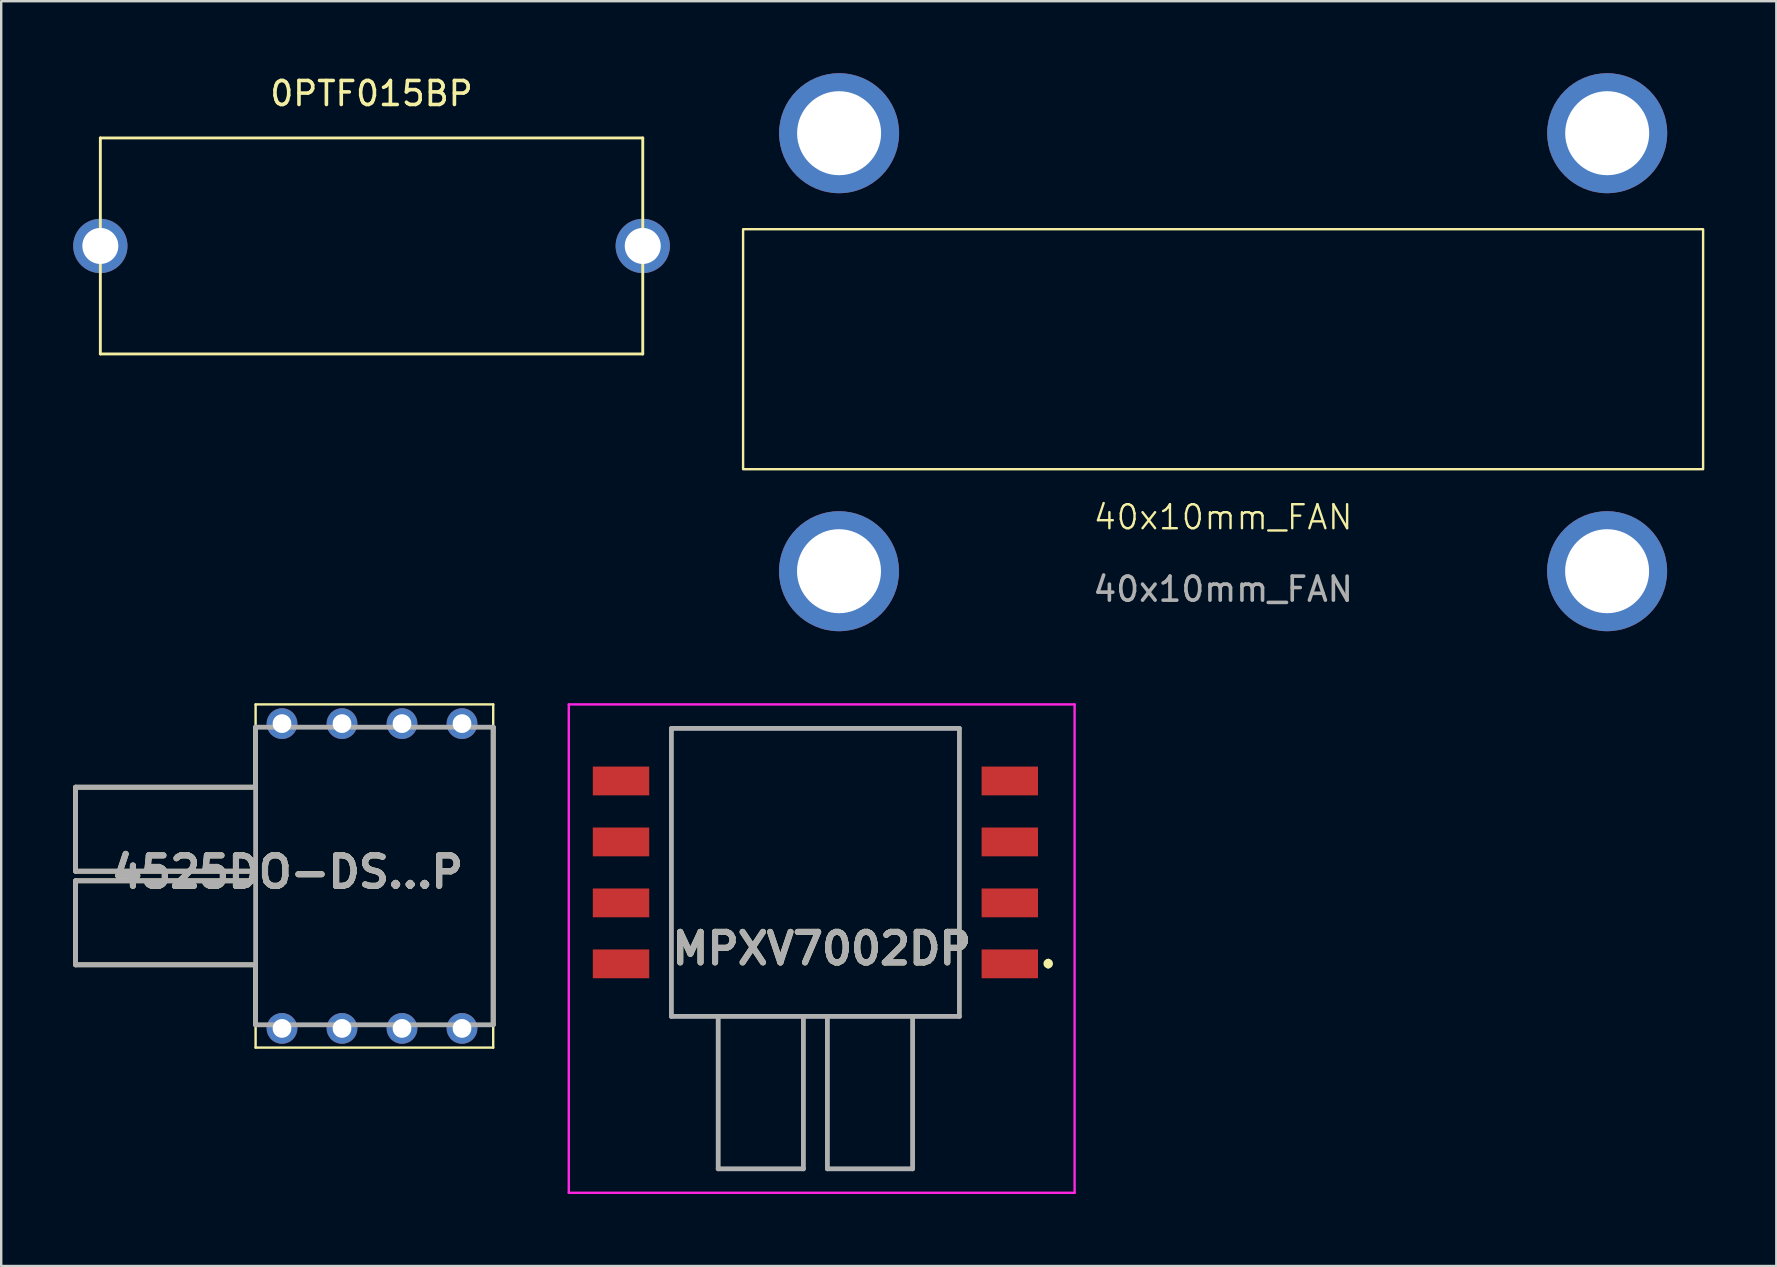
<source format=kicad_pcb>
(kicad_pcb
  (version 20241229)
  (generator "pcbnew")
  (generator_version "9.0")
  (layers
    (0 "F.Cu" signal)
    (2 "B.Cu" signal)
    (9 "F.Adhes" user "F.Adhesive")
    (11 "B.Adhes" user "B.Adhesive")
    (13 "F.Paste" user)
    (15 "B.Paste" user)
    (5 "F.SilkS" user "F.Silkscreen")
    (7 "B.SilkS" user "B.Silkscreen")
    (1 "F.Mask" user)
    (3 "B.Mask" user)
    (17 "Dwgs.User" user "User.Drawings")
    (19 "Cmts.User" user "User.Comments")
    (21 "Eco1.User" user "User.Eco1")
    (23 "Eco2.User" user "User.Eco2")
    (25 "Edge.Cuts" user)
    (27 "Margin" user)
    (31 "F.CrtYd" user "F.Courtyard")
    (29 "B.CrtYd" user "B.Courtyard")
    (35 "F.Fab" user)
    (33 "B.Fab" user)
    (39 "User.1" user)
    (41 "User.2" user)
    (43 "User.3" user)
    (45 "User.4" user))
  (footprint "0PTF015BP"
    (layer "F.Cu")
    (at 12.431 7.198)
    (property "Reference" "0PTF015BP" (at 0 -6.35 0) (layer "F.SilkS") (effects (font (size 1 1) (thickness 0.15))))
    (attr through_hole)
    (fp_line (start -11.3 -4.5) (end -11.3 4.5) (stroke (width 0.12) (type solid)) (layer "F.SilkS"))
    (fp_line (start -11.3 -4.5) (end 11.3 -4.5) (stroke (width 0.12) (type solid)) (layer "F.SilkS"))
    (fp_line (start 11.3 -4.5) (end 11.3 4.5) (stroke (width 0.12) (type solid)) (layer "F.SilkS"))
    (fp_line (start 11.3 4.5) (end -11.3 4.5) (stroke (width 0.12) (type solid)) (layer "F.SilkS"))
    (pad "1" thru_hole circle (at -11.3 0) (size 2.262 2.262) (drill 1.5) (layers "*.Cu" "*.Mask"))
    (pad "2" thru_hole circle (at 11.3 0) (size 2.262 2.262) (drill 1.5) (layers "*.Cu" "*.Mask")))
  (footprint "MPXV7002DP"
    (layer "F.Cu")
    (at 30.925 39.3)
    (property "Reference" "MPXV7002DP" (at 0.263 -2.825 0) (layer "F.SilkS") (effects (font (size 1.27 1.27) (thickness 0.254))))
    (attr smd)
    (fp_line (start -6 -12) (end 6 -12) (stroke (width 0.1) (type solid)) (layer "F.SilkS"))
    (fp_line (start -6 0) (end -6 -12) (stroke (width 0.1) (type solid)) (layer "F.SilkS"))
    (fp_line (start 6 -12) (end 6 0) (stroke (width 0.1) (type solid)) (layer "F.SilkS"))
    (fp_line (start 6 0) (end -6 0) (stroke (width 0.1) (type solid)) (layer "F.SilkS"))
    (fp_line (start 9.7 -2.3) (end 9.7 -2.3) (stroke (width 0.2) (type solid)) (layer "F.SilkS"))
    (fp_line (start 9.7 -2.1) (end 9.7 -2.1) (stroke (width 0.2) (type solid)) (layer "F.SilkS"))
    (fp_arc (start 9.7 -2.3) (mid 9.8 -2.2) (end 9.7 -2.1) (stroke (width 0.2) (type solid)) (layer "F.SilkS"))
    (fp_arc (start 9.7 -2.1) (mid 9.6 -2.2) (end 9.7 -2.3) (stroke (width 0.2) (type solid)) (layer "F.SilkS"))
    (fp_line (start -10.275 -13) (end 10.8 -13) (stroke (width 0.1) (type solid)) (layer "F.CrtYd"))
    (fp_line (start -10.275 7.35) (end -10.275 -13) (stroke (width 0.1) (type solid)) (layer "F.CrtYd"))
    (fp_line (start 10.8 -13) (end 10.8 7.35) (stroke (width 0.1) (type solid)) (layer "F.CrtYd"))
    (fp_line (start 10.8 7.35) (end -10.275 7.35) (stroke (width 0.1) (type solid)) (layer "F.CrtYd"))
    (fp_line (start -6 -12) (end 6 -12) (stroke (width 0.2) (type solid)) (layer "F.Fab"))
    (fp_line (start -6 0) (end -6 -12) (stroke (width 0.2) (type solid)) (layer "F.Fab"))
    (fp_line (start -4.05 0) (end -4.05 6.35) (stroke (width 0.2) (type solid)) (layer "F.Fab"))
    (fp_line (start -4.05 6.35) (end -0.5 6.35) (stroke (width 0.2) (type solid)) (layer "F.Fab"))
    (fp_line (start -0.5 6.35) (end -0.5 0) (stroke (width 0.2) (type solid)) (layer "F.Fab"))
    (fp_line (start 0.5 0) (end 0.5 6.35) (stroke (width 0.2) (type solid)) (layer "F.Fab"))
    (fp_line (start 0.5 6.35) (end 4.05 6.35) (stroke (width 0.2) (type solid)) (layer "F.Fab"))
    (fp_line (start 4.05 6.35) (end 4.05 0) (stroke (width 0.2) (type solid)) (layer "F.Fab"))
    (fp_line (start 6 -12) (end 6 0) (stroke (width 0.2) (type solid)) (layer "F.Fab"))
    (fp_line (start 6 0) (end -6 0) (stroke (width 0.2) (type solid)) (layer "F.Fab"))
    (fp_text user "${REFERENCE}" (at 0.263 -2.825 0) (layer "F.Fab") (effects (font (size 1.27 1.27) (thickness 0.254))))
    (pad "1" smd rect (at 8.1 -2.19 90) (size 1.2 2.35) (layers "F.Cu" "F.Mask" "F.Paste"))
    (pad "2" smd rect (at 8.1 -4.73 90) (size 1.2 2.35) (layers "F.Cu" "F.Mask" "F.Paste"))
    (pad "3" smd rect (at 8.1 -7.27 90) (size 1.2 2.35) (layers "F.Cu" "F.Mask" "F.Paste"))
    (pad "4" smd rect (at 8.1 -9.81 90) (size 1.2 2.35) (layers "F.Cu" "F.Mask" "F.Paste"))
    (pad "5" smd rect (at -8.1 -9.81 90) (size 1.2 2.35) (layers "F.Cu" "F.Mask" "F.Paste"))
    (pad "6" smd rect (at -8.1 -7.27 90) (size 1.2 2.35) (layers "F.Cu" "F.Mask" "F.Paste"))
    (pad "7" smd rect (at -8.1 -4.73 90) (size 1.2 2.35) (layers "F.Cu" "F.Mask" "F.Paste"))
    (pad "8" smd rect (at -8.1 -2.19 90) (size 1.2 2.35) (layers "F.Cu" "F.Mask" "F.Paste")))
  (footprint "4525DO-DS...P"
    (layer "F.Cu")
    (at 7.6 31.5)
    (property "Reference" "4525DO-DS...P" (at 1.329 1.785 0) (layer "F.SilkS") (effects (font (size 1.27 1.27) (thickness 0.254))))
    (attr through_hole)
    (fp_line (start -7.5 -1.75) (end -7.5 1.75) (stroke (width 0.2) (type solid)) (layer "F.SilkS"))
    (fp_line (start -7.5 1.75) (end 0 1.75) (stroke (width 0.2) (type solid)) (layer "F.SilkS"))
    (fp_line (start -7.5 2.15) (end -7.5 5.65) (stroke (width 0.2) (type solid)) (layer "F.SilkS"))
    (fp_line (start -7.5 5.65) (end 0 5.65) (stroke (width 0.2) (type solid)) (layer "F.SilkS"))
    (fp_line (start 0 -5.2) (end 0 -4.25) (stroke (width 0.1) (type default)) (layer "F.SilkS"))
    (fp_line (start 0 -4.25) (end 0 -1.75) (stroke (width 0.2) (type solid)) (layer "F.SilkS"))
    (fp_line (start 0 -1.75) (end -7.5 -1.75) (stroke (width 0.2) (type solid)) (layer "F.SilkS"))
    (fp_line (start 0 1.75) (end 0 2.15) (stroke (width 0.2) (type solid)) (layer "F.SilkS"))
    (fp_line (start 0 2.15) (end -7.5 2.15) (stroke (width 0.2) (type solid)) (layer "F.SilkS"))
    (fp_line (start 0 5.65) (end 0 8.15) (stroke (width 0.2) (type solid)) (layer "F.SilkS"))
    (fp_line (start 0 8.15) (end 0 9.1) (stroke (width 0.1) (type default)) (layer "F.SilkS"))
    (fp_line (start 0 9.1) (end 9.9 9.1) (stroke (width 0.1) (type default)) (layer "F.SilkS"))
    (fp_line (start 9.9 -5.2) (end 0 -5.2) (stroke (width 0.1) (type default)) (layer "F.SilkS"))
    (fp_line (start 9.9 -4.25) (end 9.9 -5.2) (stroke (width 0.1) (type default)) (layer "F.SilkS"))
    (fp_line (start 9.9 -4.25) (end 9.9 8.15) (stroke (width 0.2) (type solid)) (layer "F.SilkS"))
    (fp_line (start 9.9 9.1) (end 9.9 8.15) (stroke (width 0.1) (type default)) (layer "F.SilkS"))
    (fp_line (start -7.5 -1.75) (end -7.5 1.75) (stroke (width 0.2) (type solid)) (layer "F.Fab"))
    (fp_line (start -7.5 1.75) (end 0 1.75) (stroke (width 0.2) (type solid)) (layer "F.Fab"))
    (fp_line (start -7.5 2.15) (end -7.5 5.65) (stroke (width 0.2) (type solid)) (layer "F.Fab"))
    (fp_line (start -7.5 5.65) (end 0 5.65) (stroke (width 0.2) (type solid)) (layer "F.Fab"))
    (fp_line (start 0 -4.25) (end 9.9 -4.25) (stroke (width 0.2) (type solid)) (layer "F.Fab"))
    (fp_line (start 0 -1.75) (end -7.5 -1.75) (stroke (width 0.2) (type solid)) (layer "F.Fab"))
    (fp_line (start 0 2.15) (end -7.5 2.15) (stroke (width 0.2) (type solid)) (layer "F.Fab"))
    (fp_line (start 0 8.15) (end 0 -4.25) (stroke (width 0.2) (type solid)) (layer "F.Fab"))
    (fp_line (start 9.9 -4.25) (end 9.9 8.15) (stroke (width 0.2) (type solid)) (layer "F.Fab"))
    (fp_line (start 9.9 8.15) (end 0 8.15) (stroke (width 0.2) (type solid)) (layer "F.Fab"))
    (fp_text user "${REFERENCE}" (at 1.329 1.785 0) (layer "F.Fab") (effects (font (size 1.27 1.27) (thickness 0.254))))
    (pad "1" thru_hole circle (at 1.1 8.3) (size 1.28 1.28) (drill 0.78) (layers "*.Cu" "*.Mask"))
    (pad "2" thru_hole circle (at 3.6 8.3) (size 1.28 1.28) (drill 0.78) (layers "*.Cu" "*.Mask"))
    (pad "3" thru_hole circle (at 6.1 8.3) (size 1.28 1.28) (drill 0.78) (layers "*.Cu" "*.Mask"))
    (pad "4" thru_hole circle (at 8.6 8.3) (size 1.28 1.28) (drill 0.78) (layers "*.Cu" "*.Mask"))
    (pad "5" thru_hole circle (at 8.6 -4.4) (size 1.28 1.28) (drill 0.78) (layers "*.Cu" "*.Mask"))
    (pad "6" thru_hole circle (at 6.1 -4.4) (size 1.28 1.28) (drill 0.78) (layers "*.Cu" "*.Mask"))
    (pad "7" thru_hole circle (at 3.6 -4.4) (size 1.28 1.28) (drill 0.78) (layers "*.Cu" "*.Mask"))
    (pad "8" thru_hole circle (at 1.1 -4.4) (size 1.28 1.28) (drill 0.78) (layers "*.Cu" "*.Mask")))
  (footprint "40x10mm_FAN"
    (layer "F.Cu")
    (at 47.912 2.5)
    (property "Reference" "40x10mm_FAN" (at 0 16 0) (unlocked yes) (layer "F.SilkS") (effects (font (size 1 1) (thickness 0.1))))
    (attr through_hole)
    (fp_rect (start -20 4) (end 20 14) (stroke (width 0.1) (type default)) (fill no) (layer "F.SilkS"))
    (fp_text user "${REFERENCE}" (at 0 19 0) (unlocked yes) (layer "F.Fab") (effects (font (size 1 1) (thickness 0.15))))
    (pad "1" thru_hole circle (at -16.004 18.25) (size 5 5) (drill 3.5) (layers "*.Cu" "*.Mask"))
    (pad "1" thru_hole circle (at -16 0) (size 5 5) (drill 3.5) (layers "*.Cu" "*.Mask"))
    (pad "1" thru_hole circle (at 16 18.25) (size 5 5) (drill 3.5) (layers "*.Cu" "*.Mask"))
    (pad "1" thru_hole circle (at 16.004 0) (size 5 5) (drill 3.5) (layers "*.Cu" "*.Mask")))
  (gr_rect
    (start -3 -3)
    (end 70.962 49.7)
    (stroke (width 0.1) (type default))
    (fill no)
    (layer "Edge.Cuts")))
</source>
